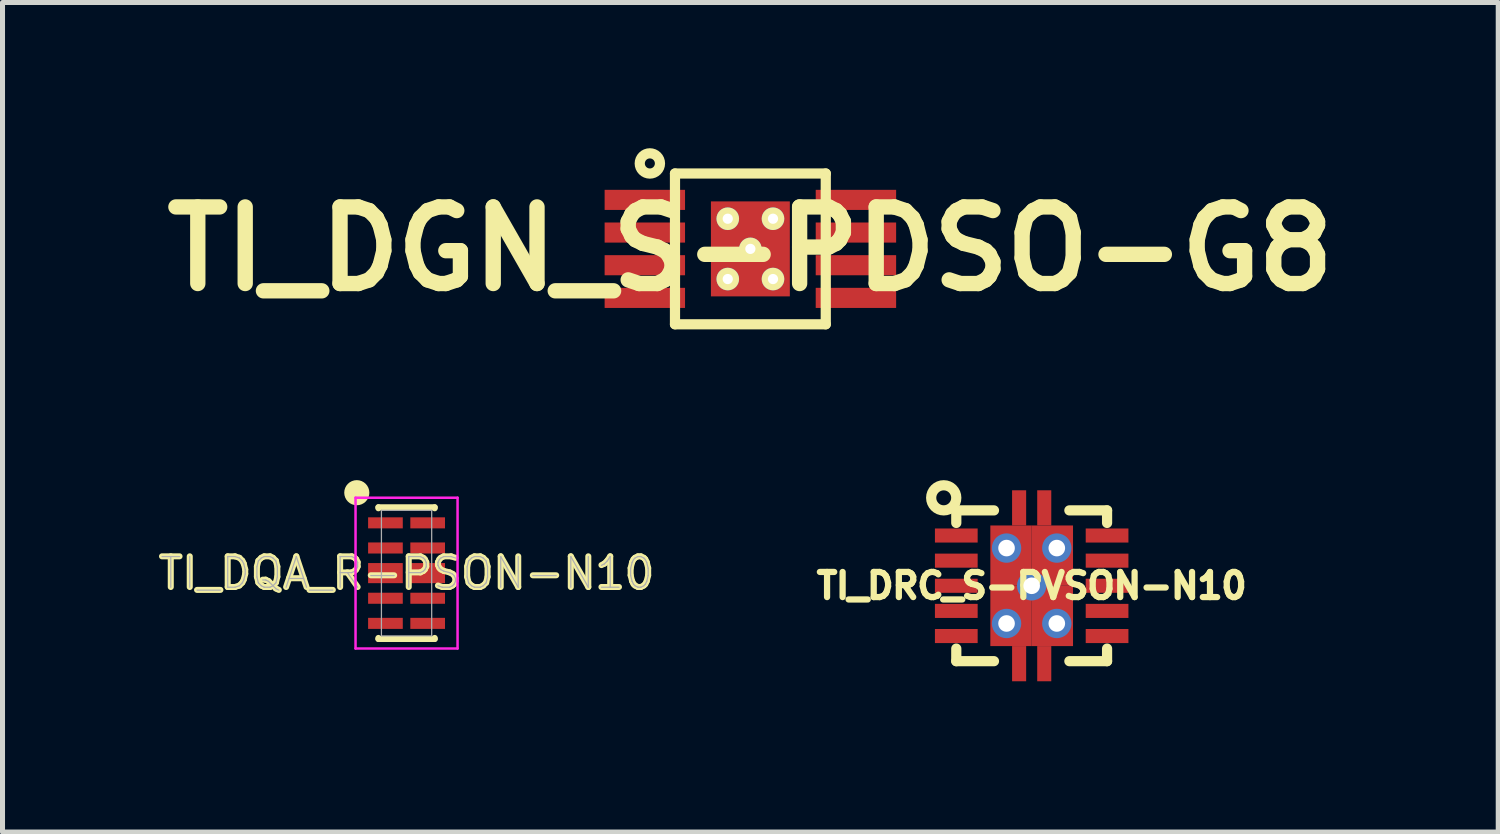
<source format=kicad_pcb>
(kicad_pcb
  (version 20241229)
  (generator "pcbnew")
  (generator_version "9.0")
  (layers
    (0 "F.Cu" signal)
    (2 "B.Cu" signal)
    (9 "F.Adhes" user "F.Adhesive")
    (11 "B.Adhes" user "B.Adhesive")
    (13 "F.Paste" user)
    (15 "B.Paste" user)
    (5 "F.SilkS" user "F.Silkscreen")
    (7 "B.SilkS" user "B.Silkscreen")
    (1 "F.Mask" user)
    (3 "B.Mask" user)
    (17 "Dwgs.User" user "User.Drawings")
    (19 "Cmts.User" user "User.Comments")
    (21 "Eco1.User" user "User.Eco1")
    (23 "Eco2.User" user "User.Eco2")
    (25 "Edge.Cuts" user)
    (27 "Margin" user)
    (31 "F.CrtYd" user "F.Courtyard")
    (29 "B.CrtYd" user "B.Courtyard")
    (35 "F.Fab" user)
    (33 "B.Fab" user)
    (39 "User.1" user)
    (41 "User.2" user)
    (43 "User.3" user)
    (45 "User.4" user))
  (footprint "TI_DRC_S-PVSON-N10"
    (layer "F.Cu")
    (at 17.477 8.605)
    (property "Reference" "TI_DRC_S-PVSON-N10" (at 0 0 0) (layer "F.SilkS") (effects (font (size 0.5 0.5) (thickness 0.124))))
    (attr through_hole)
    (fp_line (start -1.5 -1.25) (end -1.5 -1.5) (stroke (width 0.203) (type solid)) (layer "F.SilkS"))
    (fp_line (start -1.5 1.25) (end -1.5 1.5) (stroke (width 0.203) (type solid)) (layer "F.SilkS"))
    (fp_line (start -1.5 1.5) (end -0.75 1.5) (stroke (width 0.203) (type solid)) (layer "F.SilkS"))
    (fp_line (start -0.75 -1.5) (end -1.5 -1.5) (stroke (width 0.203) (type solid)) (layer "F.SilkS"))
    (fp_line (start 0.75 1.5) (end 1.5 1.5) (stroke (width 0.203) (type solid)) (layer "F.SilkS"))
    (fp_line (start 1.5 -1.5) (end 0.75 -1.5) (stroke (width 0.203) (type solid)) (layer "F.SilkS"))
    (fp_line (start 1.5 -1.25) (end 1.5 -1.5) (stroke (width 0.203) (type solid)) (layer "F.SilkS"))
    (fp_line (start 1.5 1.5) (end 1.5 1.25) (stroke (width 0.203) (type solid)) (layer "F.SilkS"))
    (fp_circle (center -1.75 -1.75) (end -1.75 -1.5) (stroke (width 0.203) (type solid)) (fill no) (layer "F.SilkS"))
    (pad "0" thru_hole circle (at -0.5 -0.75) (size 0.584 0.584) (drill 0.33) (layers "*.Cu" "*.Mask"))
    (pad "0" thru_hole circle (at -0.5 0.75) (size 0.584 0.584) (drill 0.33) (layers "*.Cu" "*.Mask"))
    (pad "0" smd rect (at -0.411 -0.6) (size 0.823 1.2) (layers "F.Cu" "F.Mask" "F.Paste"))
    (pad "0" smd rect (at -0.411 0.6) (size 0.823 1.2) (layers "F.Cu" "F.Mask" "F.Paste"))
    (pad "0" smd rect (at -0.25 -1.55) (size 0.28 0.7) (layers "F.Cu" "F.Mask" "F.Paste"))
    (pad "0" smd rect (at -0.25 1.55) (size 0.28 0.7) (layers "F.Cu" "F.Mask" "F.Paste"))
    (pad "0" thru_hole circle (at 0 0) (size 0.584 0.584) (drill 0.33) (layers "*.Cu" "*.Mask"))
    (pad "0" smd rect (at 0.25 -1.55) (size 0.28 0.7) (layers "F.Cu" "F.Mask" "F.Paste"))
    (pad "0" smd rect (at 0.25 1.55) (size 0.28 0.7) (layers "F.Cu" "F.Mask" "F.Paste"))
    (pad "0" smd rect (at 0.411 -0.6) (size 0.823 1.2) (layers "F.Cu" "F.Mask" "F.Paste"))
    (pad "0" smd rect (at 0.411 0.6) (size 0.823 1.2) (layers "F.Cu" "F.Mask" "F.Paste"))
    (pad "0" thru_hole circle (at 0.5 -0.75) (size 0.584 0.584) (drill 0.33) (layers "*.Cu" "*.Mask"))
    (pad "0" thru_hole circle (at 0.5 0.75) (size 0.584 0.584) (drill 0.33) (layers "*.Cu" "*.Mask"))
    (pad "1" smd rect (at -1.5 -1) (size 0.85 0.28) (layers "F.Cu" "F.Mask" "F.Paste"))
    (pad "2" smd rect (at -1.5 -0.5) (size 0.85 0.28) (layers "F.Cu" "F.Mask" "F.Paste"))
    (pad "3" smd rect (at -1.5 0) (size 0.85 0.28) (layers "F.Cu" "F.Mask" "F.Paste"))
    (pad "4" smd rect (at -1.5 0.5) (size 0.85 0.28) (layers "F.Cu" "F.Mask" "F.Paste"))
    (pad "5" smd rect (at -1.5 1) (size 0.85 0.28) (layers "F.Cu" "F.Mask" "F.Paste"))
    (pad "6" smd rect (at 1.5 1) (size 0.85 0.28) (layers "F.Cu" "F.Mask" "F.Paste"))
    (pad "7" smd rect (at 1.5 0.5) (size 0.85 0.28) (layers "F.Cu" "F.Mask" "F.Paste"))
    (pad "8" smd rect (at 1.5 0) (size 0.85 0.28) (layers "F.Cu" "F.Mask" "F.Paste"))
    (pad "9" smd rect (at 1.5 -0.5) (size 0.85 0.28) (layers "F.Cu" "F.Mask" "F.Paste"))
    (pad "10" smd rect (at 1.5 -1) (size 0.85 0.28) (layers "F.Cu" "F.Mask" "F.Paste")))
  (footprint "TI_DQA_R-PSON-N10"
    (layer "F.Cu")
    (at 5.039 8.353)
    (property "Reference" "TI_DQA_R-PSON-N10" (at 0 0 0) (layer "F.SilkS") (effects (font (size 0.61 0.61) (thickness 0.12))))
    (attr smd)
    (fp_line (start -0.56 -1.31) (end -0.56 -1.29) (stroke (width 0.12) (type solid)) (layer "F.SilkS"))
    (fp_line (start -0.56 1.29) (end -0.56 1.31) (stroke (width 0.12) (type solid)) (layer "F.SilkS"))
    (fp_line (start -0.56 1.31) (end 0.56 1.31) (stroke (width 0.12) (type solid)) (layer "F.SilkS"))
    (fp_line (start 0.56 -1.31) (end -0.56 -1.31) (stroke (width 0.12) (type solid)) (layer "F.SilkS"))
    (fp_line (start 0.56 -1.29) (end 0.56 -1.31) (stroke (width 0.12) (type solid)) (layer "F.SilkS"))
    (fp_line (start 0.56 1.31) (end 0.56 1.29) (stroke (width 0.12) (type solid)) (layer "F.SilkS"))
    (fp_circle (center -0.99 -1.6) (end -0.865 -1.6) (stroke (width 0.25) (type solid)) (fill no) (layer "F.SilkS"))
    (fp_line (start -1.015 -1.5) (end 1.015 -1.5) (stroke (width 0.05) (type solid)) (layer "F.CrtYd"))
    (fp_line (start -1.015 1.5) (end -1.015 -1.5) (stroke (width 0.05) (type solid)) (layer "F.CrtYd"))
    (fp_line (start 1.015 -1.5) (end 1.015 1.5) (stroke (width 0.05) (type solid)) (layer "F.CrtYd"))
    (fp_line (start 1.015 1.5) (end -1.015 1.5) (stroke (width 0.05) (type solid)) (layer "F.CrtYd"))
    (fp_line (start -0.5 -1.25) (end 0.5 -1.25) (stroke (width 0.025) (type solid)) (layer "F.Fab"))
    (fp_line (start -0.5 1.25) (end -0.5 -1.25) (stroke (width 0.025) (type solid)) (layer "F.Fab"))
    (fp_line (start 0.5 -1.25) (end 0.5 1.25) (stroke (width 0.025) (type solid)) (layer "F.Fab"))
    (fp_line (start 0.5 1.25) (end -0.5 1.25) (stroke (width 0.025) (type solid)) (layer "F.Fab"))
    (fp_text user "${REFERENCE}" (at 0 0 0) (layer "F.Fab") (effects (font (size 0.61 0.61) (thickness 0.025))))
    (pad "1" smd rect (at -0.42 -1 270) (size 0.22 0.69) (layers "F.Cu" "F.Mask" "F.Paste"))
    (pad "2" smd rect (at -0.42 -0.5 270) (size 0.22 0.69) (layers "F.Cu" "F.Mask" "F.Paste"))
    (pad "3" smd rect (at -0.42 0 270) (size 0.4 0.69) (layers "F.Cu" "F.Mask" "F.Paste"))
    (pad "4" smd rect (at -0.42 0.5 270) (size 0.22 0.69) (layers "F.Cu" "F.Mask" "F.Paste"))
    (pad "5" smd rect (at -0.42 1 270) (size 0.22 0.69) (layers "F.Cu" "F.Mask" "F.Paste"))
    (pad "6" smd rect (at 0.42 1 90) (size 0.22 0.69) (layers "F.Cu" "F.Mask" "F.Paste"))
    (pad "7" smd rect (at 0.42 0.5 90) (size 0.22 0.69) (layers "F.Cu" "F.Mask" "F.Paste"))
    (pad "8" smd rect (at 0.42 0 90) (size 0.4 0.69) (layers "F.Cu" "F.Mask" "F.Paste"))
    (pad "9" smd rect (at 0.42 -0.5 90) (size 0.22 0.69) (layers "F.Cu" "F.Mask" "F.Paste"))
    (pad "10" smd rect (at 0.42 -1 90) (size 0.22 0.69) (layers "F.Cu" "F.Mask" "F.Paste")))
  (footprint "TI_DGN_S-PDSO-G8"
    (layer "F.Cu")
    (at 11.88 1.902)
    (property "Reference" "TI_DGN_S-PDSO-G8" (at 0 0 0) (layer "F.SilkS") (effects (font (size 1.524 1.524) (thickness 0.305))))
    (attr through_hole)
    (fp_line (start -1.5 -1.5) (end 1.5 -1.5) (stroke (width 0.203) (type solid)) (layer "F.SilkS"))
    (fp_line (start -1.5 1.5) (end -1.5 -1.5) (stroke (width 0.203) (type solid)) (layer "F.SilkS"))
    (fp_line (start 1.5 -1.5) (end 1.5 1.5) (stroke (width 0.203) (type solid)) (layer "F.SilkS"))
    (fp_line (start 1.5 1.5) (end -1.5 1.5) (stroke (width 0.203) (type solid)) (layer "F.SilkS"))
    (fp_circle (center -2 -1.7) (end -1.9 -1.7) (stroke (width 0.203) (type solid)) (fill no) (layer "F.SilkS"))
    (pad "1" smd rect (at -2.1 -0.975) (size 1.6 0.4) (layers "F.Cu" "F.Mask" "F.Paste"))
    (pad "2" smd rect (at -2.1 -0.325) (size 1.6 0.4) (layers "F.Cu" "F.Mask" "F.Paste"))
    (pad "3" smd rect (at -2.1 0.325) (size 1.6 0.4) (layers "F.Cu" "F.Mask" "F.Paste"))
    (pad "4" smd rect (at -2.1 0.975) (size 1.6 0.4) (layers "F.Cu" "F.Mask" "F.Paste"))
    (pad "5" smd rect (at 2.1 0.975) (size 1.6 0.4) (layers "F.Cu" "F.Mask" "F.Paste"))
    (pad "6" smd rect (at 2.1 0.325) (size 1.6 0.4) (layers "F.Cu" "F.Mask" "F.Paste"))
    (pad "7" smd rect (at 2.1 -0.325) (size 1.6 0.4) (layers "F.Cu" "F.Mask" "F.Paste"))
    (pad "8" smd rect (at 2.1 -0.975) (size 1.6 0.4) (layers "F.Cu" "F.Mask" "F.Paste"))
    (pad "9" thru_hole circle (at -0.45 -0.6) (size 0.45 0.45) (drill 0.203) (layers "*.Cu" "*.Mask" "F.SilkS"))
    (pad "9" thru_hole circle (at -0.45 0.6) (size 0.45 0.45) (drill 0.203) (layers "*.Cu" "*.Mask" "F.SilkS"))
    (pad "9" thru_hole circle (at 0 0) (size 0.45 0.45) (drill 0.203) (layers "*.Cu" "*.Mask" "F.SilkS"))
    (pad "9" smd rect (at 0 0) (size 1.57 1.89) (layers "F.Cu" "F.Mask" "F.Paste"))
    (pad "9" thru_hole circle (at 0.45 -0.6) (size 0.45 0.45) (drill 0.203) (layers "*.Cu" "*.Mask" "F.SilkS"))
    (pad "9" thru_hole circle (at 0.45 0.6) (size 0.45 0.45) (drill 0.203) (layers "*.Cu" "*.Mask" "F.SilkS")))
  (gr_rect
    (start -3 -3)
    (end 26.76 13.505)
    (stroke (width 0.1) (type default))
    (fill no)
    (layer "Edge.Cuts")))
</source>
